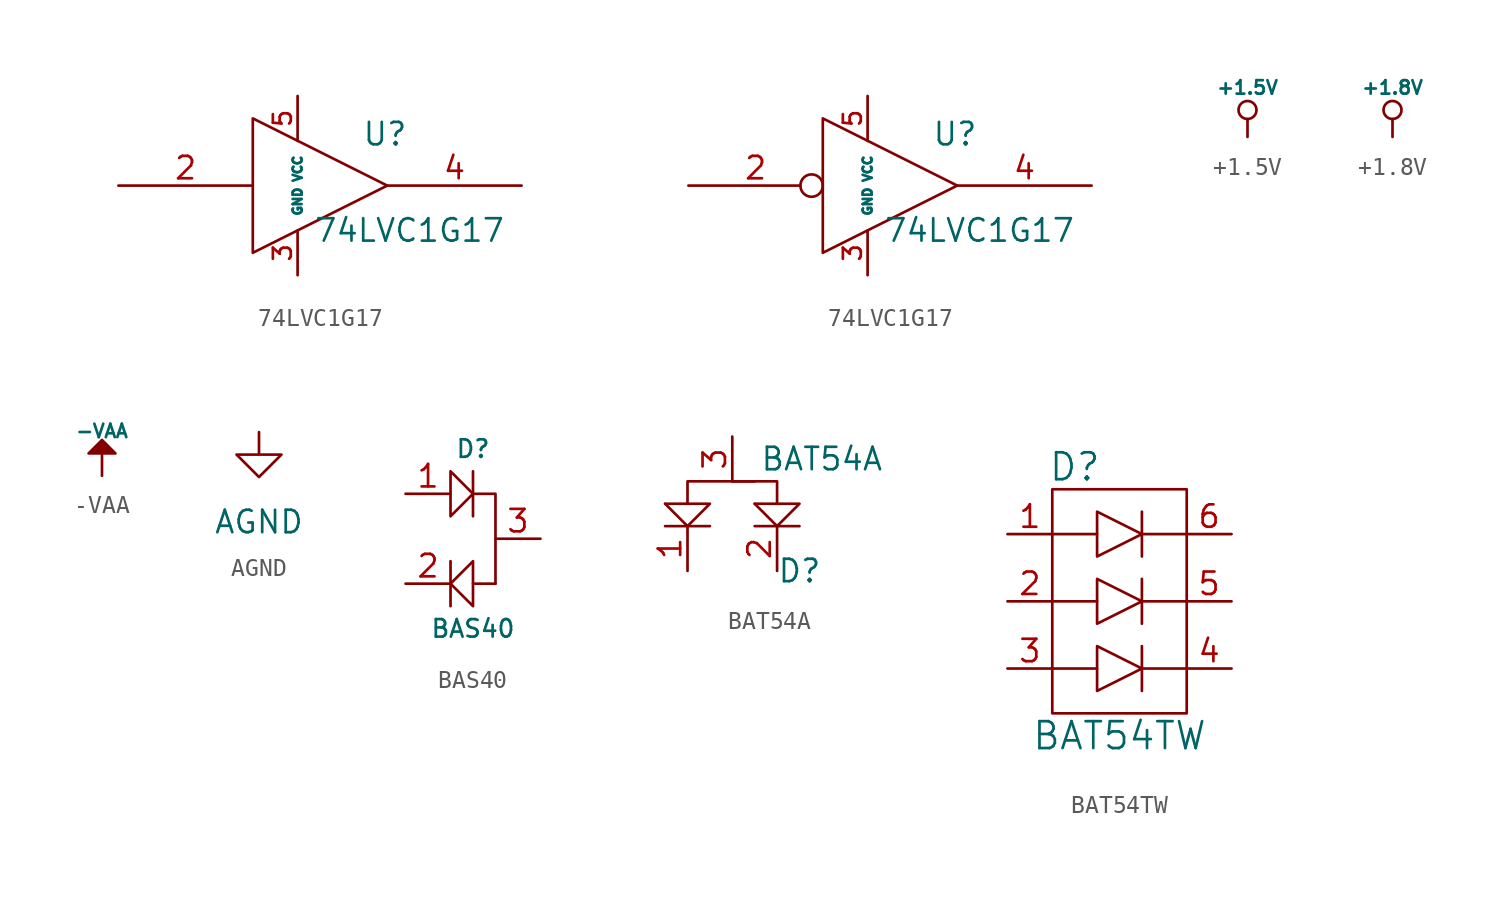
<source format=kicad_sym>
(kicad_symbol_lib
  (version 20211014)
  (generator kicad_symbol_editor)
  (symbol "74LVC1G17"
    (pin_names
      (offset 0.762))
    (property "Reference" "U"
      (at 3.683 2.921 0)
      (effects (font (size 1.27 1.27))))
    (property "Value" "74LVC1G17"
      (at 5.08 -2.54 0)
      (effects (font (size 1.27 1.27))))
    (property "Footprint" ""
      (at 2.413 -3.429 0)
      (effects (font (size 1.27 1.27))))
    (property "Datasheet" ""
      (at 3.683 2.921 0)
      (effects (font (size 1.27 1.27))))
    (symbol "74LVC1G17_0_0"
      (polyline (pts (xy -3.81 3.81) (xy -3.81 -3.81) (xy 3.81 0) (xy -3.81 3.81)) (stroke (width 0) (type default) (color 0 0 0 0)) (fill (type none)))
      (pin power_in line (at -1.27 -5.08 90) (length 2.54) (name "GND" (effects (font (size 0.508 0.508)))) (number "3" (effects (font (size 1.016 1.016)))))
      (pin power_in line (at -1.27 5.08 270) (length 2.54) (name "VCC" (effects (font (size 0.508 0.508)))) (number "5" (effects (font (size 1.016 1.016))))))
    (symbol "74LVC1G17_1_1"
      (pin input line (at -11.43 0 0) (length 7.62) (name "~" (effects (font (size 1.27 1.27)))) (number "2" (effects (font (size 1.27 1.27)))))
      (pin output line (at 11.43 0 180) (length 7.62) (name "~" (effects (font (size 1.27 1.27)))) (number "4" (effects (font (size 1.27 1.27))))))
    (symbol "74LVC1G17_1_2"
      (pin input inverted (at -11.43 0 0) (length 7.62) (name "~" (effects (font (size 1.27 1.27)))) (number "2" (effects (font (size 1.27 1.27)))))
      (pin output line (at 11.43 0 180) (length 7.62) (name "~" (effects (font (size 1.27 1.27)))) (number "4" (effects (font (size 1.27 1.27)))))))
  (symbol "+1.5V"
    (power)
    (pin_names
      (offset 0))
    (property "Reference" "#PWR"
      (at 0 3.556 0)
      (effects (font (size 0.508 0.508)) hide))
    (property "Value" "+1.5V"
      (at 0 2.794 0)
      (effects (font (size 0.762 0.762))))
    (property "Footprint" ""
      (at 0 0 0)
      (effects (font (size 1.524 1.524))))
    (property "Datasheet" ""
      (at 0 0 0)
      (effects (font (size 1.524 1.524))))
    (symbol "+1.5V_0_0"
      (polyline (pts (xy 0 0) (xy 0 1.016) (xy 0 1.016)) (stroke (width 0) (type default) (color 0 0 0 0)) (fill (type none)))
      (pin power_in line (at 0 0 90) (length 0) hide (name "+1.5V" (effects (font (size 0.508 0.508)))) (number "1" (effects (font (size 0.508 0.508))))))
    (symbol "+1.5V_0_1"
      (circle (center 0 1.524) (radius 0.508) (stroke (width 0) (type default) (color 0 0 0 0)) (fill (type none)))))
  (symbol "+1.8V"
    (power)
    (pin_names
      (offset 0))
    (property "Reference" "#PWR"
      (at 0 3.556 0)
      (effects (font (size 0.508 0.508)) hide))
    (property "Value" "+1.8V"
      (at 0 2.794 0)
      (effects (font (size 0.762 0.762))))
    (property "Footprint" ""
      (at 0 0 0)
      (effects (font (size 1.524 1.524))))
    (property "Datasheet" ""
      (at 0 0 0)
      (effects (font (size 1.524 1.524))))
    (symbol "+1.8V_0_0"
      (polyline (pts (xy 0 0) (xy 0 1.016) (xy 0 1.016)) (stroke (width 0) (type default) (color 0 0 0 0)) (fill (type none)))
      (pin power_in line (at 0 0 90) (length 0) hide (name "+1.8V" (effects (font (size 0.508 0.508)))) (number "1" (effects (font (size 0.508 0.508))))))
    (symbol "+1.8V_0_1"
      (circle (center 0 1.524) (radius 0.508) (stroke (width 0) (type default) (color 0 0 0 0)) (fill (type none)))))
  (symbol "-VAA"
    (power)
    (pin_names
      (offset 0))
    (property "Reference" "#PWR"
      (at 0 2.54 0)
      (effects (font (size 0.508 0.508)) hide))
    (property "Value" "-VAA"
      (at 0 2.54 0)
      (effects (font (size 0.762 0.762))))
    (property "Footprint" ""
      (at 0 0 0)
      (effects (font (size 1.524 1.524))))
    (property "Datasheet" ""
      (at 0 0 0)
      (effects (font (size 1.524 1.524))))
    (symbol "-VAA_0_0"
      (pin power_in line (at 0 0 90) (length 0) hide (name "-VAA" (effects (font (size 0.508 0.508)))) (number "1" (effects (font (size 0.508 0.508))))))
    (symbol "-VAA_0_1"
      (polyline (pts (xy 0 0) (xy 0 1.27) (xy 0 1.27)) (stroke (width 0) (type default) (color 0 0 0 0)) (fill (type none)))
      (polyline (pts (xy 0 2.032) (xy 0.762 1.27) (xy -0.508 1.27) (xy -0.762 1.27) (xy 0 2.032) (xy 0 2.032) (xy 0 2.032)) (stroke (width 0) (type default) (color 0 0 0 0)) (fill (type outline)))))
  (symbol "AGND"
    (power)
    (pin_names
      (offset 0))
    (property "Reference" "#PWR"
      (at 0 -6.35 0)
      (effects (font (size 1.27 1.27)) hide))
    (property "Value" "AGND"
      (at 0 -5.08 0)
      (effects (font (size 1.27 1.27))))
    (property "Footprint" ""
      (at 0 0 0)
      (effects (font (size 1.27 1.27))))
    (property "Datasheet" ""
      (at 0 0 0)
      (effects (font (size 1.27 1.27))))
    (symbol "AGND_0_1"
      (polyline (pts (xy 0 0) (xy 0 -1.27) (xy 1.27 -1.27) (xy 0 -2.54) (xy -1.27 -1.27) (xy 0 -1.27)) (stroke (width 0) (type default) (color 0 0 0 0)) (fill (type none))))
    (symbol "AGND_1_1"
      (pin power_in line (at 0 0 270) (length 0) hide (name "AGND" (effects (font (size 1.27 1.27)))) (number "1" (effects (font (size 1.27 1.27)))))))
  (symbol "BAS40"
    (pin_names
      (offset 1.016))
    (property "Reference" "D"
      (at 0 0 0)
      (effects (font (size 0.991 0.991))))
    (property "Value" "BAS40"
      (at 0 -10.16 0)
      (effects (font (size 0.991 0.991))))
    (symbol "BAS40_0_1"
      (polyline (pts (xy -1.27 -6.35) (xy -1.27 -8.89)) (stroke (width 0) (type default) (color 0 0 0 0)) (fill (type none)))
      (polyline (pts (xy 0 -7.62) (xy 1.27 -7.62)) (stroke (width 0) (type default) (color 0 0 0 0)) (fill (type none)))
      (polyline (pts (xy 0 -1.27) (xy 0 -3.81)) (stroke (width 0) (type default) (color 0 0 0 0)) (fill (type none)))
      (polyline (pts (xy -1.27 -7.62) (xy 0 -6.35) (xy 0 -8.89) (xy -1.27 -7.62)) (stroke (width 0) (type default) (color 0 0 0 0)) (fill (type none)))
      (polyline (pts (xy 0 -2.54) (xy -1.27 -1.27) (xy -1.27 -3.81) (xy 0 -2.54)) (stroke (width 0) (type default) (color 0 0 0 0)) (fill (type none)))
      (polyline (pts (xy 0 -2.54) (xy 1.27 -2.54) (xy 1.27 -5.08) (xy 1.27 -7.62)) (stroke (width 0) (type default) (color 0 0 0 0)) (fill (type none))))
    (symbol "BAS40_1_1"
      (pin passive line (at -3.81 -2.54 0) (length 2.54) (name "~" (effects (font (size 1.27 1.27)))) (number "1" (effects (font (size 1.27 1.27)))))
      (pin passive line (at -3.81 -7.62 0) (length 2.54) (name "~" (effects (font (size 1.27 1.27)))) (number "2" (effects (font (size 1.27 1.27)))))
      (pin passive line (at 3.81 -5.08 180) (length 2.54) (name "~" (effects (font (size 1.27 1.27)))) (number "3" (effects (font (size 1.27 1.27)))))))
  (symbol "BAT54A"
    (pin_names
      (offset 1.016))
    (property "Reference" "D"
      (at 3.81 -2.54 0)
      (effects (font (size 1.27 1.27))))
    (property "Value" "BAT54A"
      (at 5.08 3.81 0)
      (effects (font (size 1.27 1.27))))
    (symbol "BAT54A_0_1"
      (polyline (pts (xy -3.81 0) (xy -1.27 0)) (stroke (width 0) (type default) (color 0 0 0 0)) (fill (type none)))
      (polyline (pts (xy -3.81 1.27) (xy -2.54 0)) (stroke (width 0) (type default) (color 0 0 0 0)) (fill (type none)))
      (polyline (pts (xy 1.27 0) (xy 3.81 0)) (stroke (width 0) (type default) (color 0 0 0 0)) (fill (type none)))
      (polyline (pts (xy 1.27 1.27) (xy 2.54 0)) (stroke (width 0) (type default) (color 0 0 0 0)) (fill (type none)))
      (polyline (pts (xy -3.81 1.27) (xy -1.27 1.27) (xy -2.54 0)) (stroke (width 0) (type default) (color 0 0 0 0)) (fill (type none)))
      (polyline (pts (xy -2.54 1.27) (xy -2.54 2.54) (xy 1.27 2.54)) (stroke (width 0) (type default) (color 0 0 0 0)) (fill (type none)))
      (polyline (pts (xy 0 2.54) (xy 2.54 2.54) (xy 2.54 1.27)) (stroke (width 0) (type default) (color 0 0 0 0)) (fill (type none)))
      (polyline (pts (xy 1.27 1.27) (xy 3.81 1.27) (xy 2.54 0)) (stroke (width 0) (type default) (color 0 0 0 0)) (fill (type none))))
    (symbol "BAT54A_1_1"
      (pin passive line (at -2.54 -2.54 90) (length 2.54) (name "~" (effects (font (size 1.27 1.27)))) (number "1" (effects (font (size 1.27 1.27)))))
      (pin passive line (at 2.54 -2.54 90) (length 2.54) (name "~" (effects (font (size 1.27 1.27)))) (number "2" (effects (font (size 1.27 1.27)))))
      (pin passive line (at 0 5.08 270) (length 2.54) (name "~" (effects (font (size 1.27 1.27)))) (number "3" (effects (font (size 1.27 1.27)))))))
  (symbol "BAT54TW"
    (pin_names
      (offset 1.016))
    (property "Reference" "D"
      (at -2.54 7.62 0)
      (effects (font (size 1.524 1.524))))
    (property "Value" "BAT54TW"
      (at 0 -7.62 0)
      (effects (font (size 1.524 1.524))))
    (symbol "BAT54TW_0_1"
      (polyline (pts (xy -3.81 -3.81) (xy -1.27 -3.81)) (stroke (width 0) (type default) (color 0 0 0 0)) (fill (type none)))
      (polyline (pts (xy -3.81 0) (xy -1.27 0)) (stroke (width 0) (type default) (color 0 0 0 0)) (fill (type none)))
      (polyline (pts (xy -3.81 3.81) (xy -1.27 3.81)) (stroke (width 0) (type default) (color 0 0 0 0)) (fill (type none)))
      (polyline (pts (xy 1.27 -3.81) (xy 3.81 -3.81)) (stroke (width 0) (type default) (color 0 0 0 0)) (fill (type none)))
      (polyline (pts (xy 1.27 -2.54) (xy 1.27 -5.08)) (stroke (width 0) (type default) (color 0 0 0 0)) (fill (type none)))
      (polyline (pts (xy 1.27 0) (xy 3.81 0)) (stroke (width 0) (type default) (color 0 0 0 0)) (fill (type none)))
      (polyline (pts (xy 1.27 1.27) (xy 1.27 -1.27)) (stroke (width 0) (type default) (color 0 0 0 0)) (fill (type none)))
      (polyline (pts (xy 1.27 5.08) (xy 1.27 2.54)) (stroke (width 0) (type default) (color 0 0 0 0)) (fill (type none)))
      (polyline (pts (xy 3.81 3.81) (xy 1.27 3.81)) (stroke (width 0) (type default) (color 0 0 0 0)) (fill (type none)))
      (polyline (pts (xy -1.27 -2.54) (xy -1.27 -5.08) (xy 1.27 -3.81) (xy -1.27 -2.54)) (stroke (width 0) (type default) (color 0 0 0 0)) (fill (type none)))
      (polyline (pts (xy -1.27 1.27) (xy -1.27 -1.27) (xy 1.27 0) (xy -1.27 1.27)) (stroke (width 0) (type default) (color 0 0 0 0)) (fill (type none)))
      (polyline (pts (xy -1.27 5.08) (xy -1.27 2.54) (xy 1.27 3.81) (xy -1.27 5.08)) (stroke (width 0) (type default) (color 0 0 0 0)) (fill (type none)))
      (polyline (pts (xy -3.81 6.35) (xy 3.81 6.35) (xy 3.81 -6.35) (xy -3.81 -6.35) (xy -3.81 6.35)) (stroke (width 0) (type default) (color 0 0 0 0)) (fill (type none))))
    (symbol "BAT54TW_1_1"
      (pin passive line (at -6.35 3.81 0) (length 2.54) (name "~" (effects (font (size 1.27 1.27)))) (number "1" (effects (font (size 1.27 1.27)))))
      (pin passive line (at -6.35 0 0) (length 2.54) (name "~" (effects (font (size 1.27 1.27)))) (number "2" (effects (font (size 1.27 1.27)))))
      (pin passive line (at -6.35 -3.81 0) (length 2.54) (name "~" (effects (font (size 1.27 1.27)))) (number "3" (effects (font (size 1.27 1.27)))))
      (pin passive line (at 6.35 -3.81 180) (length 2.54) (name "~" (effects (font (size 1.27 1.27)))) (number "4" (effects (font (size 1.27 1.27)))))
      (pin passive line (at 6.35 0 180) (length 2.54) (name "~" (effects (font (size 1.27 1.27)))) (number "5" (effects (font (size 1.27 1.27)))))
      (pin passive line (at 6.35 3.81 180) (length 2.54) (name "~" (effects (font (size 1.27 1.27)))) (number "6" (effects (font (size 1.27 1.27))))))))
</source>
